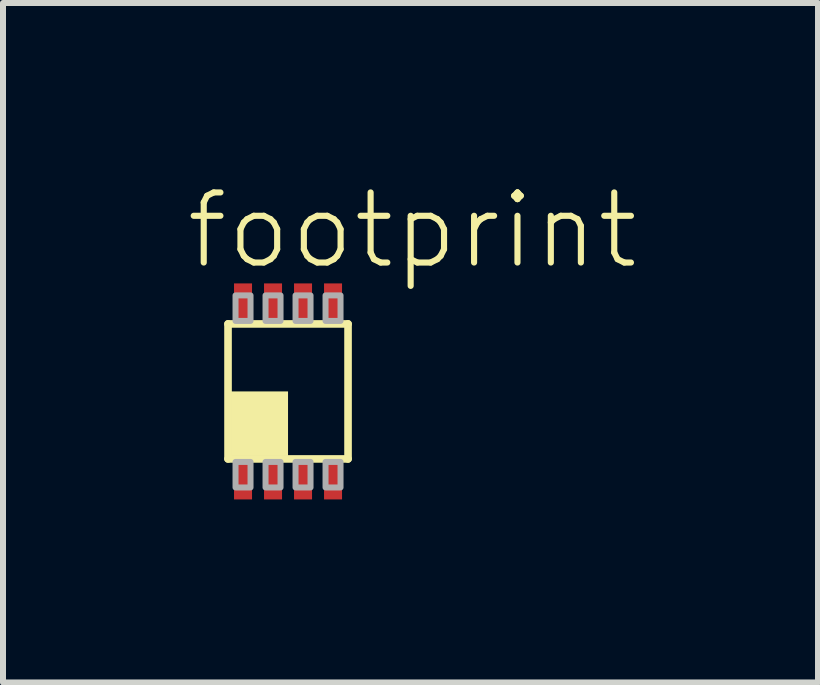
<source format=kicad_pcb>
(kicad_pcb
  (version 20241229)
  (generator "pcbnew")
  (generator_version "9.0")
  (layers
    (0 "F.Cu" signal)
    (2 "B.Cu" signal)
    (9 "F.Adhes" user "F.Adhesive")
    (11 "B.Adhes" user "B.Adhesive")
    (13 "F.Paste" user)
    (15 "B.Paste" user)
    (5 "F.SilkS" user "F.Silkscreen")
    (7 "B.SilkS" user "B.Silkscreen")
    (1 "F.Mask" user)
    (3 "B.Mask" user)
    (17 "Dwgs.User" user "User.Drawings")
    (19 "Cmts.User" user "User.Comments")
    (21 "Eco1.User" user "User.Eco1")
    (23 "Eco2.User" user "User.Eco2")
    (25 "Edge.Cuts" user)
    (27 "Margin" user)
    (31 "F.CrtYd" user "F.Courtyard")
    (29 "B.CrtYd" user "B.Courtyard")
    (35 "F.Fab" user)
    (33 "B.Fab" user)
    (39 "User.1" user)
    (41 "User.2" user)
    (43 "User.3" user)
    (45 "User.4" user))
  (footprint "footprint"
    (layer "F.Cu")
    (at 1.75 3.473)
    (property "Reference" "footprint" (at -1.75 -2 0) (layer "F.SilkS") (effects (font (size 1.168 1.168) (thickness 0.102)) (justify left bottom)))
    (fp_poly (pts (xy -0.95 1.85) (xy -0.55 1.85) (xy -0.55 1.15) (xy -0.95 1.15)) (stroke (width 0) (type solid)) (fill yes) (layer "F.Mask"))
    (fp_poly (pts (xy -0.55 -1.85) (xy -0.95 -1.85) (xy -0.95 -1.15) (xy -0.55 -1.15)) (stroke (width 0) (type solid)) (fill yes) (layer "F.Mask"))
    (fp_poly (pts (xy -0.45 1.85) (xy -0.05 1.85) (xy -0.05 1.15) (xy -0.45 1.15)) (stroke (width 0) (type solid)) (fill yes) (layer "F.Mask"))
    (fp_poly (pts (xy -0.05 -1.85) (xy -0.45 -1.85) (xy -0.45 -1.15) (xy -0.05 -1.15)) (stroke (width 0) (type solid)) (fill yes) (layer "F.Mask"))
    (fp_poly (pts (xy 0.05 1.85) (xy 0.45 1.85) (xy 0.45 1.15) (xy 0.05 1.15)) (stroke (width 0) (type solid)) (fill yes) (layer "F.Mask"))
    (fp_poly (pts (xy 0.45 -1.85) (xy 0.05 -1.85) (xy 0.05 -1.15) (xy 0.45 -1.15)) (stroke (width 0) (type solid)) (fill yes) (layer "F.Mask"))
    (fp_poly (pts (xy 0.55 1.85) (xy 0.95 1.85) (xy 0.95 1.15) (xy 0.55 1.15)) (stroke (width 0) (type solid)) (fill yes) (layer "F.Mask"))
    (fp_poly (pts (xy 0.95 -1.85) (xy 0.55 -1.85) (xy 0.55 -1.15) (xy 0.95 -1.15)) (stroke (width 0) (type solid)) (fill yes) (layer "F.Mask"))
    (fp_line (start -1 -1.125) (end -1 1.125) (stroke (width 0.127) (type solid)) (layer "F.SilkS"))
    (fp_line (start -1 1.125) (end 1 1.125) (stroke (width 0.127) (type solid)) (layer "F.SilkS"))
    (fp_line (start 1 -1.125) (end -1 -1.125) (stroke (width 0.127) (type solid)) (layer "F.SilkS"))
    (fp_line (start 1 1.125) (end 1 -1.125) (stroke (width 0.127) (type solid)) (layer "F.SilkS"))
    (fp_poly (pts (xy -0.95 1.075) (xy 0 1.075) (xy 0 0) (xy -0.95 0)) (stroke (width 0) (type solid)) (fill yes) (layer "F.SilkS"))
    (fp_poly (pts (xy -0.875 1.6) (xy -0.625 1.6) (xy -0.625 1.175) (xy -0.875 1.175)) (stroke (width 0.1) (type solid)) (fill no) (layer "F.Fab"))
    (fp_poly (pts (xy -0.625 -1.6) (xy -0.875 -1.6) (xy -0.875 -1.175) (xy -0.625 -1.175)) (stroke (width 0.1) (type solid)) (fill no) (layer "F.Fab"))
    (fp_poly (pts (xy -0.375 1.6) (xy -0.125 1.6) (xy -0.125 1.175) (xy -0.375 1.175)) (stroke (width 0.1) (type solid)) (fill no) (layer "F.Fab"))
    (fp_poly (pts (xy -0.125 -1.6) (xy -0.375 -1.6) (xy -0.375 -1.175) (xy -0.125 -1.175)) (stroke (width 0.1) (type solid)) (fill no) (layer "F.Fab"))
    (fp_poly (pts (xy 0.125 1.6) (xy 0.375 1.6) (xy 0.375 1.175) (xy 0.125 1.175)) (stroke (width 0.1) (type solid)) (fill no) (layer "F.Fab"))
    (fp_poly (pts (xy 0.375 -1.6) (xy 0.125 -1.6) (xy 0.125 -1.175) (xy 0.375 -1.175)) (stroke (width 0.1) (type solid)) (fill no) (layer "F.Fab"))
    (fp_poly (pts (xy 0.625 1.6) (xy 0.875 1.6) (xy 0.875 1.175) (xy 0.625 1.175)) (stroke (width 0.1) (type solid)) (fill no) (layer "F.Fab"))
    (fp_poly (pts (xy 0.875 -1.6) (xy 0.625 -1.6) (xy 0.625 -1.175) (xy 0.875 -1.175)) (stroke (width 0.1) (type solid)) (fill no) (layer "F.Fab"))
    (pad "1" smd rect (at -0.75 1.5) (size 0.3 0.6) (layers "F.Cu" "F.Paste"))
    (pad "2" smd rect (at -0.25 1.5) (size 0.3 0.6) (layers "F.Cu" "F.Paste"))
    (pad "3" smd rect (at 0.25 1.5) (size 0.3 0.6) (layers "F.Cu" "F.Paste"))
    (pad "4" smd rect (at 0.75 1.5) (size 0.3 0.6) (layers "F.Cu" "F.Paste"))
    (pad "5" smd rect (at 0.75 -1.5) (size 0.3 0.6) (layers "F.Cu" "F.Paste"))
    (pad "6" smd rect (at 0.25 -1.5) (size 0.3 0.6) (layers "F.Cu" "F.Paste"))
    (pad "7" smd rect (at -0.25 -1.5) (size 0.3 0.6) (layers "F.Cu" "F.Paste"))
    (pad "8" smd rect (at -0.75 -1.5) (size 0.3 0.6) (layers "F.Cu" "F.Paste")))
  (gr_rect
    (start -3 -3)
    (end 10.582 8.323)
    (stroke (width 0.1) (type default))
    (fill no)
    (layer "Edge.Cuts")))
</source>
